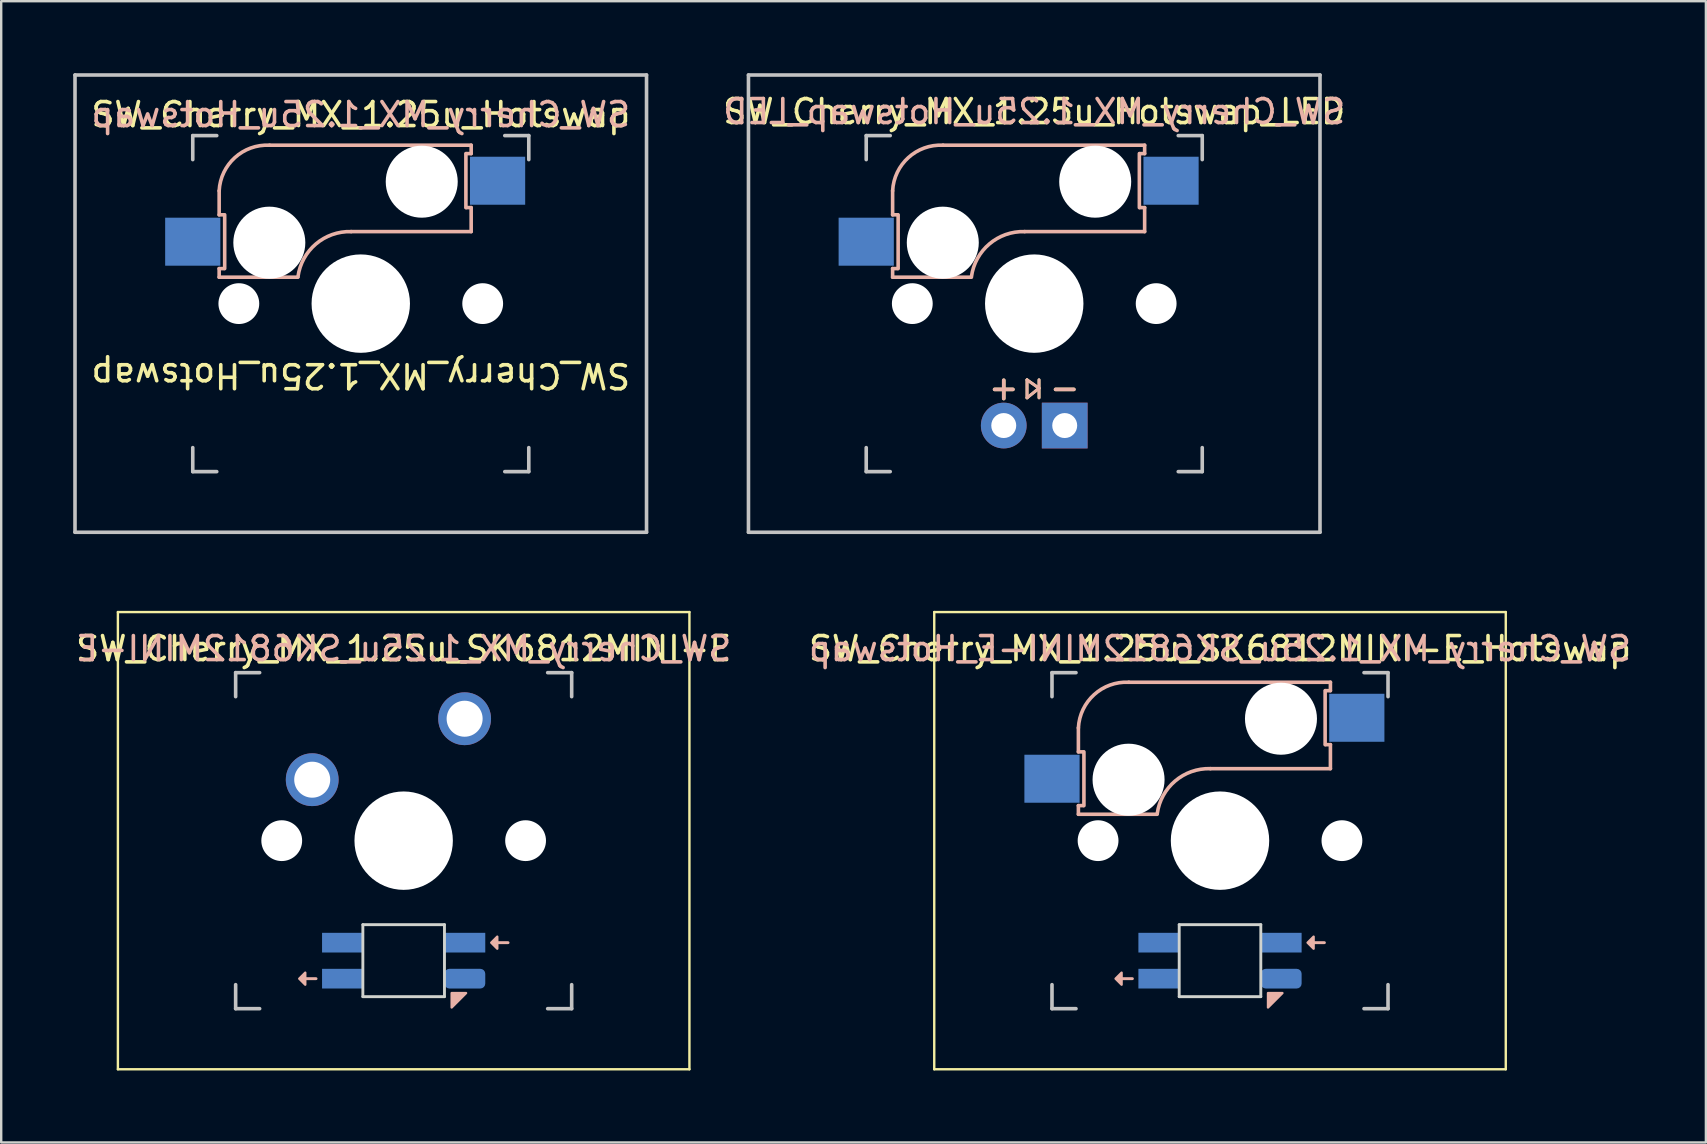
<source format=kicad_pcb>
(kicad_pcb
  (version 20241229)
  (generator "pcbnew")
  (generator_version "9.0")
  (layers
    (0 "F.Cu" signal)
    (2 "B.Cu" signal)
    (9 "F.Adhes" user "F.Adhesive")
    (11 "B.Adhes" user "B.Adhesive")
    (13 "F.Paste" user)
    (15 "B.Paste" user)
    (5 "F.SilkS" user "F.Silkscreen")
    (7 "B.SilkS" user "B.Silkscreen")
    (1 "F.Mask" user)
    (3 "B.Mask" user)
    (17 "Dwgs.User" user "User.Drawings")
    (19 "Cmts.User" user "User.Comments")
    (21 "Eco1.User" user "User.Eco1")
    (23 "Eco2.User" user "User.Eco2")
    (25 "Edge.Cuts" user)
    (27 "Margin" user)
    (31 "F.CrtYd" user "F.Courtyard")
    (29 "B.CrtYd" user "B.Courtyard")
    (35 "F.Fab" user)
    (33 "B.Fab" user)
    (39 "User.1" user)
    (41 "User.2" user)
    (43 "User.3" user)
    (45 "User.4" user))
  (footprint "SW_Cherry_MX_1.25u_SK6812MINI-E_Hotswap"
    (layer "F.Cu")
    (at 35.874 22.45)
    (property "Reference" "SW_Cherry_MX_1.25u_SK6812MINI-E_Hotswap" (at 11.906 1.525 0) (unlocked yes) (layer "F.SilkS") (effects (font (size 1 1) (thickness 0.15))))
    (attr through_hole)
    (fp_line (start 0 0) (end 23.812 0) (stroke (width 0.1) (type solid)) (layer "F.SilkS"))
    (fp_line (start 0 19.05) (end 0 0) (stroke (width 0.1) (type solid)) (layer "F.SilkS"))
    (fp_line (start 0 19.05) (end 23.812 19.05) (stroke (width 0.1) (type solid)) (layer "F.SilkS"))
    (fp_line (start 23.812 0) (end 23.812 19.05) (stroke (width 0.1) (type solid)) (layer "F.SilkS"))
    (fp_line (start 6.006 4.825) (end 6.006 5.825) (stroke (width 0.15) (type solid)) (layer "B.SilkS"))
    (fp_line (start 6.006 5.825) (end 6.206 5.825) (stroke (width 0.15) (type solid)) (layer "B.SilkS"))
    (fp_line (start 6.006 8.425) (end 6.006 8.065) (stroke (width 0.15) (type solid)) (layer "B.SilkS"))
    (fp_line (start 6.006 8.425) (end 9.286 8.425) (stroke (width 0.15) (type solid)) (layer "B.SilkS"))
    (fp_line (start 6.206 8.065) (end 6.006 8.065) (stroke (width 0.15) (type solid)) (layer "B.SilkS"))
    (fp_line (start 6.236 5.825) (end 6.236 8.065) (stroke (width 0.15) (type solid)) (layer "B.SilkS"))
    (fp_line (start 7.806 15.275) (end 8.256 15.275) (stroke (width 0.12) (type solid)) (layer "B.SilkS"))
    (fp_line (start 11.506 6.525) (end 16.506 6.525) (stroke (width 0.15) (type solid)) (layer "B.SilkS"))
    (fp_line (start 15.806 13.775) (end 16.256 13.775) (stroke (width 0.12) (type solid)) (layer "B.SilkS"))
    (fp_line (start 16.286 5.525) (end 16.286 3.275) (stroke (width 0.15) (type solid)) (layer "B.SilkS"))
    (fp_line (start 16.306 3.275) (end 16.506 3.275) (stroke (width 0.15) (type solid)) (layer "B.SilkS"))
    (fp_line (start 16.506 2.925) (end 8.106 2.925) (stroke (width 0.15) (type solid)) (layer "B.SilkS"))
    (fp_line (start 16.506 3.275) (end 16.506 2.925) (stroke (width 0.15) (type solid)) (layer "B.SilkS"))
    (fp_line (start 16.506 5.525) (end 16.306 5.525) (stroke (width 0.15) (type solid)) (layer "B.SilkS"))
    (fp_line (start 16.506 6.525) (end 16.506 5.525) (stroke (width 0.15) (type solid)) (layer "B.SilkS"))
    (fp_arc (start 6.00625 4.825001) (mid 6.662746 3.440076) (end 8.106249 2.925) (stroke (width 0.15) (type solid)) (layer "B.SilkS"))
    (fp_arc (start 9.289932 8.403529) (mid 10.037541 7.038882) (end 11.50625 6.525) (stroke (width 0.15) (type solid)) (layer "B.SilkS"))
    (fp_poly (pts (xy 7.806 15.025) (xy 7.556 15.275) (xy 7.806 15.525)) (stroke (width 0.1) (type solid)) (fill yes) (layer "B.SilkS"))
    (fp_poly (pts (xy 13.906 16.475) (xy 13.906 15.875) (xy 14.506 15.875)) (stroke (width 0.1) (type solid)) (fill yes) (layer "B.SilkS"))
    (fp_poly (pts (xy 15.806 13.525) (xy 15.556 13.775) (xy 15.806 14.025)) (stroke (width 0.1) (type solid)) (fill yes) (layer "B.SilkS"))
    (fp_line (start 4.906 2.525) (end 5.906 2.525) (stroke (width 0.15) (type solid)) (layer "Dwgs.User"))
    (fp_line (start 4.906 3.525) (end 4.906 2.525) (stroke (width 0.15) (type solid)) (layer "Dwgs.User"))
    (fp_line (start 4.906 15.525) (end 4.906 16.525) (stroke (width 0.15) (type solid)) (layer "Dwgs.User"))
    (fp_line (start 4.906 16.525) (end 5.906 16.525) (stroke (width 0.15) (type solid)) (layer "Dwgs.User"))
    (fp_line (start 17.906 16.525) (end 18.906 16.525) (stroke (width 0.15) (type solid)) (layer "Dwgs.User"))
    (fp_line (start 18.906 2.525) (end 17.906 2.525) (stroke (width 0.15) (type solid)) (layer "Dwgs.User"))
    (fp_line (start 18.906 2.525) (end 18.906 3.525) (stroke (width 0.15) (type solid)) (layer "Dwgs.User"))
    (fp_line (start 18.906 16.525) (end 18.906 15.525) (stroke (width 0.15) (type solid)) (layer "Dwgs.User"))
    (fp_line (start 4.86 2.48) (end 18.96 2.48) (stroke (width 0.05) (type solid)) (layer "Eco1.User"))
    (fp_line (start 4.86 16.58) (end 4.86 2.48) (stroke (width 0.05) (type solid)) (layer "Eco1.User"))
    (fp_line (start 18.96 2.48) (end 18.96 16.58) (stroke (width 0.05) (type solid)) (layer "Eco1.User"))
    (fp_line (start 18.96 16.58) (end 4.86 16.58) (stroke (width 0.05) (type solid)) (layer "Eco1.User"))
    (fp_line (start 10.206 13.025) (end 13.606 13.025) (stroke (width 0.12) (type solid)) (layer "Edge.Cuts"))
    (fp_line (start 10.206 16.025) (end 10.206 13.025) (stroke (width 0.12) (type solid)) (layer "Edge.Cuts"))
    (fp_line (start 13.606 13.025) (end 13.606 16.025) (stroke (width 0.12) (type solid)) (layer "Edge.Cuts"))
    (fp_line (start 13.606 16.025) (end 10.206 16.025) (stroke (width 0.12) (type solid)) (layer "Edge.Cuts"))
    (fp_text user "${REFERENCE}" (at 11.906 1.525 0) (layer "B.SilkS") (effects (font (size 1 1) (thickness 0.15)) (justify mirror)))
    (pad "" np_thru_hole circle (at 6.826 9.525) (size 1.7 1.7) (drill 1.7) (layers "*.Cu" "*.Mask"))
    (pad "" np_thru_hole circle (at 8.096 6.985 180) (size 3 3) (drill 3) (layers "*.Cu" "*.Mask"))
    (pad "" np_thru_hole circle (at 11.906 9.525 90) (size 4.1 4.1) (drill 4.1) (layers "*.Cu" "*.Mask"))
    (pad "" np_thru_hole circle (at 14.446 4.445 180) (size 3 3) (drill 3) (layers "*.Cu" "*.Mask"))
    (pad "" np_thru_hole circle (at 16.986 9.525) (size 1.7 1.7) (drill 1.7) (layers "*.Cu" "*.Mask"))
    (pad "1" smd rect (at 4.906 6.945 180) (size 2.3 2) (layers "B.Cu" "B.Mask" "B.Paste"))
    (pad "2" smd rect (at 17.606 4.405 180) (size 2.3 2) (layers "B.Cu" "B.Mask" "B.Paste"))
    (pad "3" smd rect (at 9.356 13.775) (size 1.7 0.82) (layers "B.Cu" "B.Mask" "B.Paste"))
    (pad "4" smd rect (at 9.356 15.275) (size 1.7 0.82) (layers "B.Cu" "B.Mask" "B.Paste"))
    (pad "5" smd roundrect (at 14.456 15.275) (size 1.7 0.82) (layers "B.Cu" "B.Mask" "B.Paste") (roundrect_rratio 0.25))
    (pad "6" smd rect (at 14.456 13.775) (size 1.7 0.82) (layers "B.Cu" "B.Mask" "B.Paste")))
  (footprint "SW_Cherry_MX_1.25u_SK6812MINI-E"
    (layer "F.Cu")
    (at 1.862 22.45)
    (property "Reference" "SW_Cherry_MX_1.25u_SK6812MINI-E" (at 11.906 1.525 0) (unlocked yes) (layer "F.SilkS") (effects (font (size 1 1) (thickness 0.15))))
    (attr through_hole)
    (fp_line (start 0 0) (end 23.812 0) (stroke (width 0.1) (type solid)) (layer "F.SilkS"))
    (fp_line (start 0 19.05) (end 0 0) (stroke (width 0.1) (type solid)) (layer "F.SilkS"))
    (fp_line (start 0 19.05) (end 23.812 19.05) (stroke (width 0.1) (type solid)) (layer "F.SilkS"))
    (fp_line (start 23.812 0) (end 23.812 19.05) (stroke (width 0.1) (type solid)) (layer "F.SilkS"))
    (fp_line (start 7.806 15.275) (end 8.256 15.275) (stroke (width 0.12) (type solid)) (layer "B.SilkS"))
    (fp_line (start 15.806 13.775) (end 16.256 13.775) (stroke (width 0.12) (type solid)) (layer "B.SilkS"))
    (fp_poly (pts (xy 7.806 15.025) (xy 7.556 15.275) (xy 7.806 15.525)) (stroke (width 0.1) (type solid)) (fill yes) (layer "B.SilkS"))
    (fp_poly (pts (xy 13.906 16.475) (xy 13.906 15.875) (xy 14.506 15.875)) (stroke (width 0.1) (type solid)) (fill yes) (layer "B.SilkS"))
    (fp_poly (pts (xy 15.806 13.525) (xy 15.556 13.775) (xy 15.806 14.025)) (stroke (width 0.1) (type solid)) (fill yes) (layer "B.SilkS"))
    (fp_line (start 4.906 2.525) (end 5.906 2.525) (stroke (width 0.15) (type solid)) (layer "Dwgs.User"))
    (fp_line (start 4.906 3.525) (end 4.906 2.525) (stroke (width 0.15) (type solid)) (layer "Dwgs.User"))
    (fp_line (start 4.906 15.525) (end 4.906 16.525) (stroke (width 0.15) (type solid)) (layer "Dwgs.User"))
    (fp_line (start 4.906 16.525) (end 5.906 16.525) (stroke (width 0.15) (type solid)) (layer "Dwgs.User"))
    (fp_line (start 17.906 16.525) (end 18.906 16.525) (stroke (width 0.15) (type solid)) (layer "Dwgs.User"))
    (fp_line (start 18.906 2.525) (end 17.906 2.525) (stroke (width 0.15) (type solid)) (layer "Dwgs.User"))
    (fp_line (start 18.906 2.525) (end 18.906 3.525) (stroke (width 0.15) (type solid)) (layer "Dwgs.User"))
    (fp_line (start 18.906 16.525) (end 18.906 15.525) (stroke (width 0.15) (type solid)) (layer "Dwgs.User"))
    (fp_line (start 4.86 2.48) (end 18.96 2.48) (stroke (width 0.05) (type solid)) (layer "Eco1.User"))
    (fp_line (start 4.86 16.58) (end 4.86 2.48) (stroke (width 0.05) (type solid)) (layer "Eco1.User"))
    (fp_line (start 18.96 2.48) (end 18.96 16.58) (stroke (width 0.05) (type solid)) (layer "Eco1.User"))
    (fp_line (start 18.96 16.58) (end 4.86 16.58) (stroke (width 0.05) (type solid)) (layer "Eco1.User"))
    (fp_line (start 10.206 13.025) (end 13.606 13.025) (stroke (width 0.12) (type solid)) (layer "Edge.Cuts"))
    (fp_line (start 10.206 16.025) (end 10.206 13.025) (stroke (width 0.12) (type solid)) (layer "Edge.Cuts"))
    (fp_line (start 13.606 13.025) (end 13.606 16.025) (stroke (width 0.12) (type solid)) (layer "Edge.Cuts"))
    (fp_line (start 13.606 16.025) (end 10.206 16.025) (stroke (width 0.12) (type solid)) (layer "Edge.Cuts"))
    (fp_text user "${REFERENCE}" (at 11.906 1.525 0) (layer "B.SilkS") (effects (font (size 1 1) (thickness 0.15)) (justify mirror)))
    (pad "" np_thru_hole circle (at 6.826 9.525) (size 1.7 1.7) (drill 1.7) (layers "*.Cu" "*.Mask"))
    (pad "" np_thru_hole circle (at 11.906 9.525 90) (size 4.1 4.1) (drill 4.1) (layers "*.Cu" "*.Mask"))
    (pad "" np_thru_hole circle (at 16.986 9.525) (size 1.7 1.7) (drill 1.7) (layers "*.Cu" "*.Mask"))
    (pad "1" thru_hole circle (at 8.096 6.985 180) (size 2.2 2.2) (drill 1.5) (layers "*.Cu" "*.Mask"))
    (pad "2" thru_hole circle (at 14.446 4.445 180) (size 2.2 2.2) (drill 1.5) (layers "*.Cu" "*.Mask"))
    (pad "3" smd rect (at 9.356 13.775) (size 1.7 0.82) (layers "B.Cu" "B.Mask" "B.Paste"))
    (pad "4" smd rect (at 9.356 15.275) (size 1.7 0.82) (layers "B.Cu" "B.Mask" "B.Paste"))
    (pad "5" smd roundrect (at 14.456 15.275) (size 1.7 0.82) (layers "B.Cu" "B.Mask" "B.Paste") (roundrect_rratio 0.25))
    (pad "6" smd rect (at 14.456 13.775) (size 1.7 0.82) (layers "B.Cu" "B.Mask" "B.Paste")))
  (footprint "SW_Cherry_MX_1.25u_Hotswap_LED"
    (layer "F.Cu")
    (at 40.04 9.6)
    (property "Reference" "SW_Cherry_MX_1.25u_Hotswap_LED" (at 0 -8 0) (unlocked yes) (layer "F.SilkS") (effects (font (size 1 1) (thickness 0.15))))
    (attr through_hole)
    (fp_line (start -0.3 3.175) (end -0.3 3.925) (stroke (width 0.12) (type solid)) (layer "F.SilkS"))
    (fp_line (start -0.3 3.925) (end 0.2 3.525) (stroke (width 0.12) (type solid)) (layer "F.SilkS"))
    (fp_line (start 0.2 3.175) (end 0.2 3.925) (stroke (width 0.12) (type solid)) (layer "F.SilkS"))
    (fp_line (start 0.2 3.525) (end -0.3 3.175) (stroke (width 0.12) (type solid)) (layer "F.SilkS"))
    (fp_line (start -5.9 -4.7) (end -5.9 -3.7) (stroke (width 0.15) (type solid)) (layer "B.SilkS"))
    (fp_line (start -5.9 -3.7) (end -5.7 -3.7) (stroke (width 0.15) (type solid)) (layer "B.SilkS"))
    (fp_line (start -5.9 -1.1) (end -5.9 -1.46) (stroke (width 0.15) (type solid)) (layer "B.SilkS"))
    (fp_line (start -5.9 -1.1) (end -2.62 -1.1) (stroke (width 0.15) (type solid)) (layer "B.SilkS"))
    (fp_line (start -5.7 -1.46) (end -5.9 -1.46) (stroke (width 0.15) (type solid)) (layer "B.SilkS"))
    (fp_line (start -5.67 -3.7) (end -5.67 -1.46) (stroke (width 0.15) (type solid)) (layer "B.SilkS"))
    (fp_line (start -0.4 -3) (end 4.6 -3) (stroke (width 0.15) (type solid)) (layer "B.SilkS"))
    (fp_line (start -0.3 3.175) (end -0.3 3.925) (stroke (width 0.12) (type solid)) (layer "B.SilkS"))
    (fp_line (start -0.3 3.925) (end 0.2 3.525) (stroke (width 0.12) (type solid)) (layer "B.SilkS"))
    (fp_line (start 0.2 3.175) (end 0.2 3.925) (stroke (width 0.12) (type solid)) (layer "B.SilkS"))
    (fp_line (start 0.2 3.525) (end -0.3 3.175) (stroke (width 0.12) (type solid)) (layer "B.SilkS"))
    (fp_line (start 4.38 -4) (end 4.38 -6.25) (stroke (width 0.15) (type solid)) (layer "B.SilkS"))
    (fp_line (start 4.4 -6.25) (end 4.6 -6.25) (stroke (width 0.15) (type solid)) (layer "B.SilkS"))
    (fp_line (start 4.6 -6.6) (end -3.8 -6.6) (stroke (width 0.15) (type solid)) (layer "B.SilkS"))
    (fp_line (start 4.6 -6.25) (end 4.6 -6.6) (stroke (width 0.15) (type solid)) (layer "B.SilkS"))
    (fp_line (start 4.6 -4) (end 4.4 -4) (stroke (width 0.15) (type solid)) (layer "B.SilkS"))
    (fp_line (start 4.6 -3) (end 4.6 -4) (stroke (width 0.15) (type solid)) (layer "B.SilkS"))
    (fp_arc (start -5.9 -4.699999) (mid -5.243504 -6.084924) (end -3.800001 -6.6) (stroke (width 0.15) (type solid)) (layer "B.SilkS"))
    (fp_arc (start -2.616318 -1.121471) (mid -1.868709 -2.486118) (end -0.4 -3) (stroke (width 0.15) (type solid)) (layer "B.SilkS"))
    (fp_line (start -11.906 -9.525) (end 11.906 -9.525) (stroke (width 0.15) (type solid)) (layer "Dwgs.User"))
    (fp_line (start -11.906 9.525) (end -11.906 -9.525) (stroke (width 0.15) (type solid)) (layer "Dwgs.User"))
    (fp_line (start -11.906 9.525) (end 11.906 9.525) (stroke (width 0.15) (type solid)) (layer "Dwgs.User"))
    (fp_line (start -7 -7) (end -6 -7) (stroke (width 0.15) (type solid)) (layer "Dwgs.User"))
    (fp_line (start -7 -6) (end -7 -7) (stroke (width 0.15) (type solid)) (layer "Dwgs.User"))
    (fp_line (start -7 6) (end -7 7) (stroke (width 0.15) (type solid)) (layer "Dwgs.User"))
    (fp_line (start -7 7) (end -6 7) (stroke (width 0.15) (type solid)) (layer "Dwgs.User"))
    (fp_line (start 6 7) (end 7 7) (stroke (width 0.15) (type solid)) (layer "Dwgs.User"))
    (fp_line (start 7 -7) (end 6 -7) (stroke (width 0.15) (type solid)) (layer "Dwgs.User"))
    (fp_line (start 7 -7) (end 7 -6) (stroke (width 0.15) (type solid)) (layer "Dwgs.User"))
    (fp_line (start 7 7) (end 7 6) (stroke (width 0.15) (type solid)) (layer "Dwgs.User"))
    (fp_line (start 11.906 -9.525) (end 11.906 9.525) (stroke (width 0.15) (type solid)) (layer "Dwgs.User"))
    (fp_line (start -7.05 -7.05) (end 7.05 -7.05) (stroke (width 0.05) (type solid)) (layer "Eco1.User"))
    (fp_line (start -7.05 7.05) (end -7.05 -7.05) (stroke (width 0.05) (type solid)) (layer "Eco1.User"))
    (fp_line (start 7.05 -7.05) (end 7.05 7.05) (stroke (width 0.05) (type solid)) (layer "Eco1.User"))
    (fp_line (start 7.05 7.05) (end -7.05 7.05) (stroke (width 0.05) (type solid)) (layer "Eco1.User"))
    (fp_text user "+" (at -1.27 3.5 0) (layer "F.SilkS") (effects (font (size 1 1) (thickness 0.15))))
    (fp_text user "-" (at 1.27 3.5 0) (layer "F.SilkS") (effects (font (size 1 1) (thickness 0.15))))
    (fp_text user "+" (at -1.27 3.5 0) (layer "B.SilkS") (effects (font (size 1 1) (thickness 0.15))))
    (fp_text user "${REFERENCE}" (at 0 -8 0) (layer "B.SilkS") (effects (font (size 1 1) (thickness 0.15)) (justify mirror)))
    (fp_text user "-" (at 1.27 3.5 0) (layer "B.SilkS") (effects (font (size 1 1) (thickness 0.15))))
    (pad "" np_thru_hole circle (at -5.08 0) (size 1.7 1.7) (drill 1.7) (layers "*.Cu" "*.Mask"))
    (pad "" np_thru_hole circle (at -3.81 -2.54 180) (size 3 3) (drill 3) (layers "*.Cu" "*.Mask"))
    (pad "" np_thru_hole circle (at 0 0 90) (size 4.1 4.1) (drill 4.1) (layers "*.Cu" "*.Mask"))
    (pad "" np_thru_hole circle (at 2.54 -5.08 180) (size 3 3) (drill 3) (layers "*.Cu" "*.Mask"))
    (pad "" np_thru_hole circle (at 5.08 0) (size 1.7 1.7) (drill 1.7) (layers "*.Cu" "*.Mask"))
    (pad "1" smd rect (at -7 -2.58 180) (size 2.3 2) (layers "B.Cu" "B.Mask" "B.Paste"))
    (pad "2" smd rect (at 5.7 -5.12 180) (size 2.3 2) (layers "B.Cu" "B.Mask" "B.Paste"))
    (pad "3" thru_hole circle (at -1.27 5.08) (size 1.905 1.905) (drill 1.04) (layers "*.Cu" "*.Mask"))
    (pad "4" thru_hole rect (at 1.27 5.08) (size 1.905 1.905) (drill 1.04) (layers "*.Cu" "*.Mask")))
  (footprint "SW_Cherry_MX_1.25u_Hotswap"
    (layer "F.Cu")
    (at 11.981 9.6)
    (property "Reference" "SW_Cherry_MX_1.25u_Hotswap" (at 0 3 180) (unlocked yes) (layer "F.SilkS") (effects (font (size 1 1) (thickness 0.15))))
    (attr through_hole)
    (fp_line (start -5.9 -4.7) (end -5.9 -3.7) (stroke (width 0.15) (type solid)) (layer "B.SilkS"))
    (fp_line (start -5.9 -3.7) (end -5.7 -3.7) (stroke (width 0.15) (type solid)) (layer "B.SilkS"))
    (fp_line (start -5.9 -1.1) (end -5.9 -1.46) (stroke (width 0.15) (type solid)) (layer "B.SilkS"))
    (fp_line (start -5.9 -1.1) (end -2.62 -1.1) (stroke (width 0.15) (type solid)) (layer "B.SilkS"))
    (fp_line (start -5.7 -1.46) (end -5.9 -1.46) (stroke (width 0.15) (type solid)) (layer "B.SilkS"))
    (fp_line (start -5.67 -3.7) (end -5.67 -1.46) (stroke (width 0.15) (type solid)) (layer "B.SilkS"))
    (fp_line (start -0.4 -3) (end 4.6 -3) (stroke (width 0.15) (type solid)) (layer "B.SilkS"))
    (fp_line (start 4.38 -4) (end 4.38 -6.25) (stroke (width 0.15) (type solid)) (layer "B.SilkS"))
    (fp_line (start 4.4 -6.25) (end 4.6 -6.25) (stroke (width 0.15) (type solid)) (layer "B.SilkS"))
    (fp_line (start 4.6 -6.6) (end -3.8 -6.6) (stroke (width 0.15) (type solid)) (layer "B.SilkS"))
    (fp_line (start 4.6 -6.25) (end 4.6 -6.6) (stroke (width 0.15) (type solid)) (layer "B.SilkS"))
    (fp_line (start 4.6 -4) (end 4.4 -4) (stroke (width 0.15) (type solid)) (layer "B.SilkS"))
    (fp_line (start 4.6 -3) (end 4.6 -4) (stroke (width 0.15) (type solid)) (layer "B.SilkS"))
    (fp_arc (start -5.9 -4.699999) (mid -5.243504 -6.084924) (end -3.800001 -6.6) (stroke (width 0.15) (type solid)) (layer "B.SilkS"))
    (fp_arc (start -2.616318 -1.121471) (mid -1.868709 -2.486118) (end -0.4 -3) (stroke (width 0.15) (type solid)) (layer "B.SilkS"))
    (fp_line (start -11.906 -9.525) (end 11.906 -9.525) (stroke (width 0.15) (type solid)) (layer "Dwgs.User"))
    (fp_line (start -11.906 9.525) (end -11.906 -9.525) (stroke (width 0.15) (type solid)) (layer "Dwgs.User"))
    (fp_line (start -11.906 9.525) (end 11.906 9.525) (stroke (width 0.15) (type solid)) (layer "Dwgs.User"))
    (fp_line (start -7 -7) (end -6 -7) (stroke (width 0.15) (type solid)) (layer "Dwgs.User"))
    (fp_line (start -7 -6) (end -7 -7) (stroke (width 0.15) (type solid)) (layer "Dwgs.User"))
    (fp_line (start -7 6) (end -7 7) (stroke (width 0.15) (type solid)) (layer "Dwgs.User"))
    (fp_line (start -7 7) (end -6 7) (stroke (width 0.15) (type solid)) (layer "Dwgs.User"))
    (fp_line (start 6 7) (end 7 7) (stroke (width 0.15) (type solid)) (layer "Dwgs.User"))
    (fp_line (start 7 -7) (end 6 -7) (stroke (width 0.15) (type solid)) (layer "Dwgs.User"))
    (fp_line (start 7 -7) (end 7 -6) (stroke (width 0.15) (type solid)) (layer "Dwgs.User"))
    (fp_line (start 7 7) (end 7 6) (stroke (width 0.15) (type solid)) (layer "Dwgs.User"))
    (fp_line (start 11.906 -9.525) (end 11.906 9.525) (stroke (width 0.15) (type solid)) (layer "Dwgs.User"))
    (fp_text user "${REFERENCE}" (at 0 -7.874 0) (layer "F.SilkS") (effects (font (size 1 1) (thickness 0.15))))
    (fp_text user "${REFERENCE}" (at 0 -7.874 0) (layer "B.SilkS") (effects (font (size 1 1) (thickness 0.15)) (justify mirror)))
    (pad "" np_thru_hole circle (at -5.08 0) (size 1.7 1.7) (drill 1.7) (layers "*.Cu" "*.Mask"))
    (pad "" np_thru_hole circle (at -3.81 -2.54 180) (size 3 3) (drill 3) (layers "*.Cu" "*.Mask"))
    (pad "" np_thru_hole circle (at 0 0 90) (size 4.1 4.1) (drill 4.1) (layers "*.Cu" "*.Mask"))
    (pad "" np_thru_hole circle (at 2.54 -5.08 180) (size 3 3) (drill 3) (layers "*.Cu" "*.Mask"))
    (pad "" np_thru_hole circle (at 5.08 0) (size 1.7 1.7) (drill 1.7) (layers "*.Cu" "*.Mask"))
    (pad "1" smd rect (at -7 -2.58 180) (size 2.3 2) (layers "B.Cu" "B.Mask" "B.Paste"))
    (pad "2" smd rect (at 5.7 -5.12 180) (size 2.3 2) (layers "B.Cu" "B.Mask" "B.Paste")))
  (gr_rect
    (start -3 -3)
    (end 68.024 44.55)
    (stroke (width 0.1) (type default))
    (fill no)
    (layer "Edge.Cuts")))
</source>
